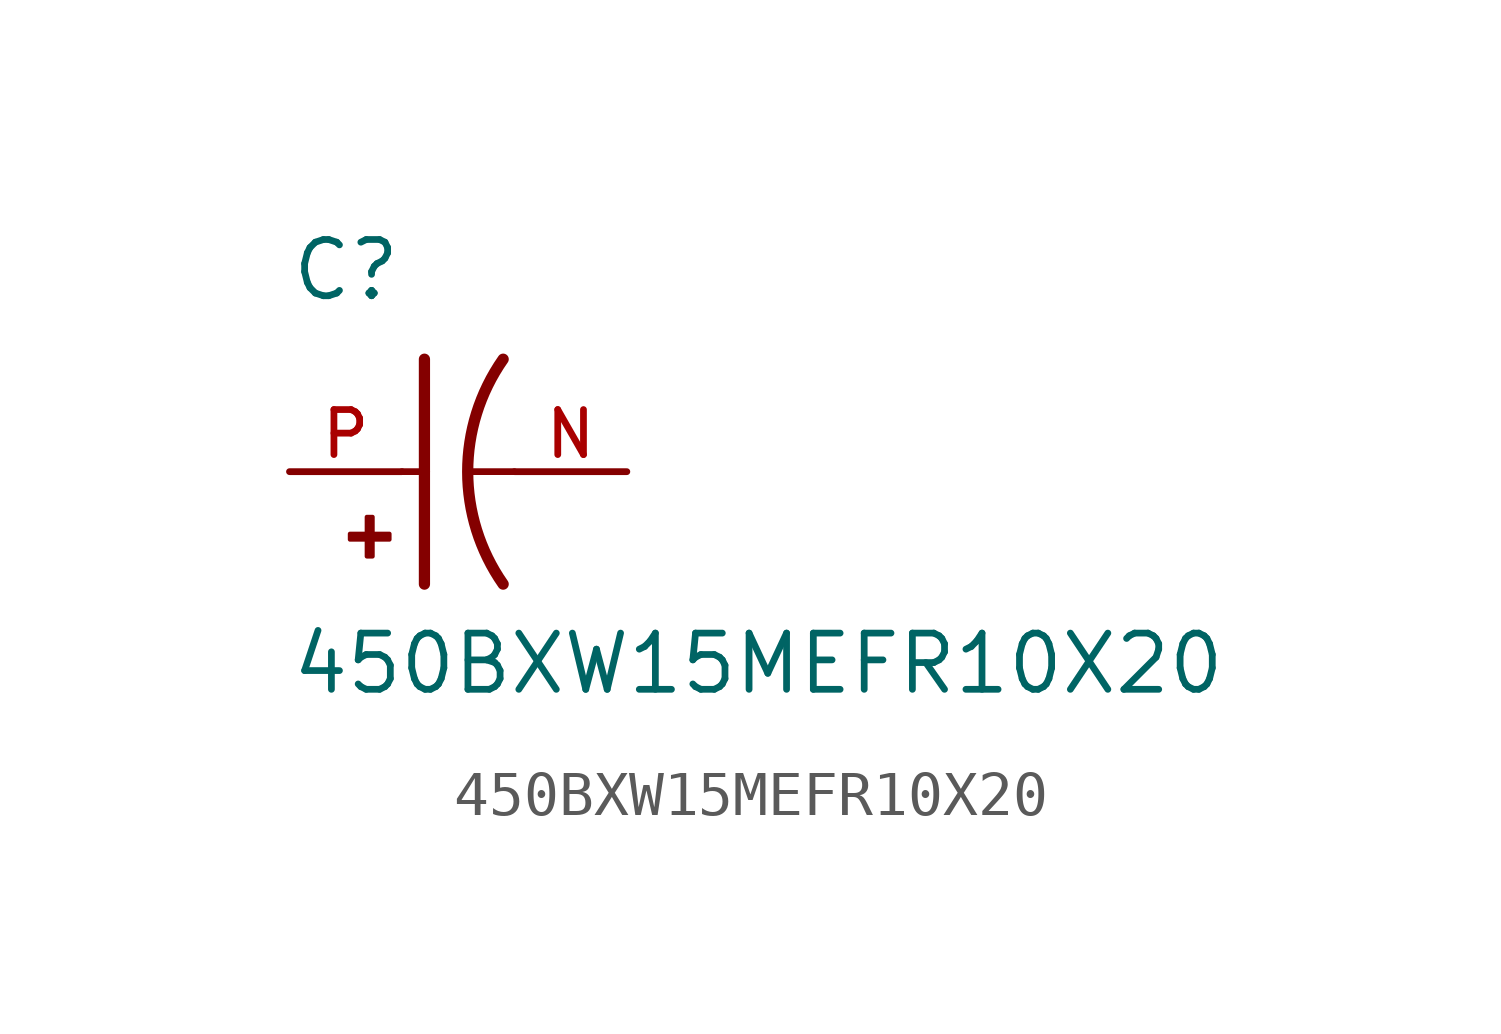
<source format=kicad_sym>
(kicad_symbol_lib
  (version 20211014)
  (generator kicad_symbol_editor)
  (symbol "450BXW15MEFR10X20"
    (pin_names
      (offset 1.016))
    (property "Reference" "C"
      (at -2.54 3.81 0)
      (effects (font (size 1.27 1.27)) (justify bottom left)))
    (property "Value" "450BXW15MEFR10X20"
      (at -2.54 -5.08 0)
      (effects (font (size 1.27 1.27)) (justify bottom left)))
    (symbol "450BXW15MEFR10X20_0_0"
      (arc (start 2.286 -2.54) (mid 1.4851 -0.0) (end 2.286 2.54) (stroke (width 0.254) (type default) (color 0 0 0 0)) (fill (type none)))
      (polyline (pts (xy 0.508 2.54) (xy 0.508 0.0)) (stroke (width 0.254)))
      (rectangle (start -1.173 -1.532) (end -0.284 -1.405) (stroke (width 0.1)) (fill (type outline)))
      (rectangle (start -0.792 -1.913) (end -0.665 -1.024) (stroke (width 0.1)) (fill (type outline)))
      (polyline (pts (xy 0.508 0.0) (xy 0.508 -2.54)) (stroke (width 0.254)))
      (polyline (pts (xy 0.0 0.0) (xy 0.508 0.0)) (stroke (width 0.152)))
      (polyline (pts (xy 2.54 0.0) (xy 1.524 0.0)) (stroke (width 0.152)))
      (pin passive line (at -2.54 0.0 0) (length 2.54) (name "~" (effects (font (size 1.016 1.016)))) (number "P" (effects (font (size 1.016 1.016)))))
      (pin passive line (at 5.08 0.0 180.0) (length 2.54) (name "~" (effects (font (size 1.016 1.016)))) (number "N" (effects (font (size 1.016 1.016))))))))
</source>
